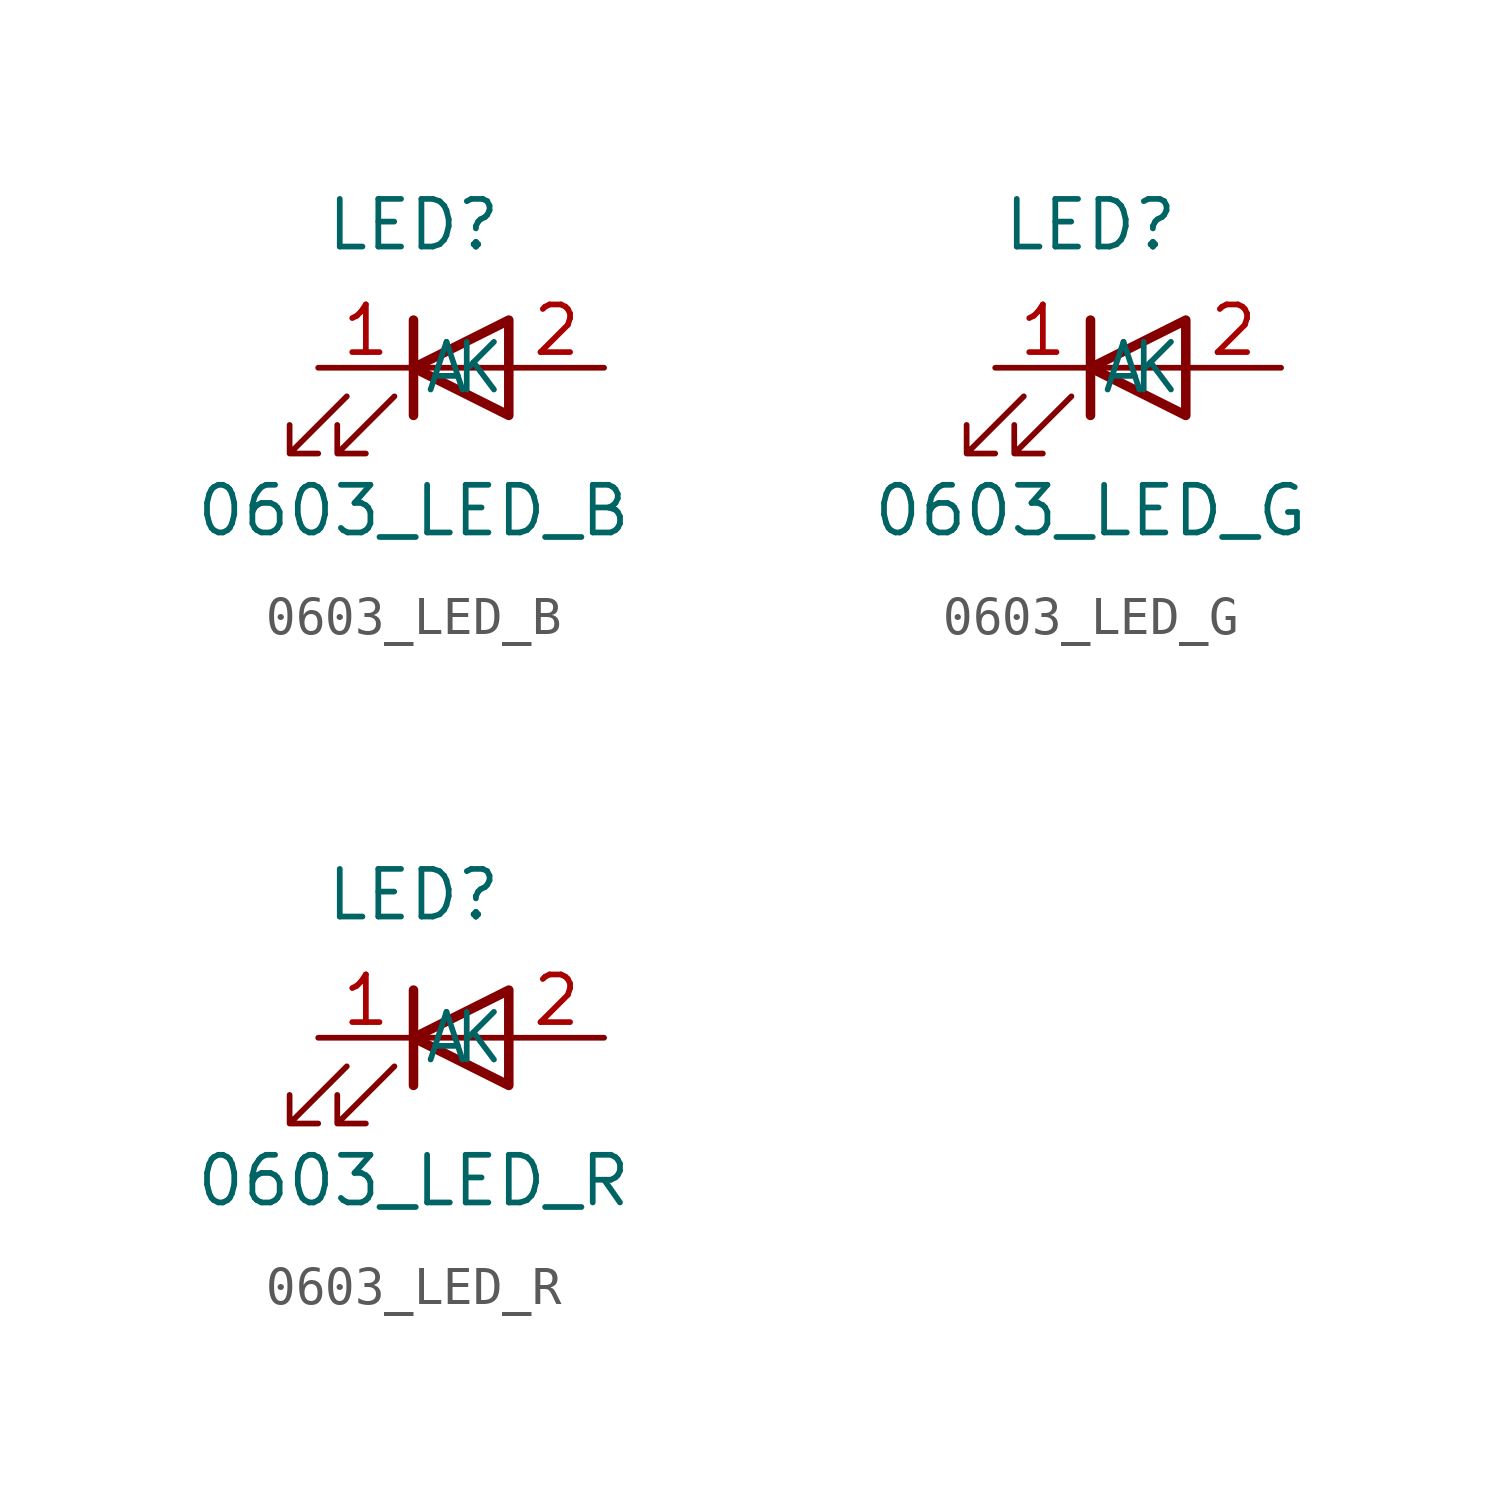
<source format=kicad_sym>
(kicad_symbol_lib
  (version 20211014)
  (generator kicad_symbol_editor)
  (symbol "0603_LED_B"
    (pin_names
      (offset 1.016))
    (property "Reference" "LED"
      (at 0 3.81 0)
      (effects (font (size 1.27 1.27))))
    (property "Value" "0603_LED_B"
      (at 0 -3.81 0)
      (effects (font (size 1.27 1.27))))
    (symbol "0603_LED_B_1_1"
      (polyline (pts (xy 0 -1.27) (xy 0 1.27)) (stroke (width 0.254) (type default) (color 0 0 0 0)) (fill (type none)))
      (polyline (pts (xy 0 0) (xy 2.54 0)) (stroke (width 0) (type default) (color 0 0 0 0)) (fill (type none)))
      (polyline (pts (xy 2.54 -1.27) (xy 2.54 1.27) (xy 0 0) (xy 2.54 -1.27)) (stroke (width 0.254) (type default) (color 0 0 0 0)) (fill (type none)))
      (polyline (pts (xy -1.778 -0.762) (xy -3.302 -2.286) (xy -2.54 -2.286) (xy -3.302 -2.286) (xy -3.302 -1.524)) (stroke (width 0) (type default) (color 0 0 0 0)) (fill (type none)))
      (polyline (pts (xy -0.508 -0.762) (xy -2.032 -2.286) (xy -1.27 -2.286) (xy -2.032 -2.286) (xy -2.032 -1.524)) (stroke (width 0) (type default) (color 0 0 0 0)) (fill (type none)))
      (pin passive line (at -2.54 0 0) (length 2.54) (name "K" (effects (font (size 1.27 1.27)))) (number "1" (effects (font (size 1.27 1.27)))))
      (pin passive line (at 5.08 0 180) (length 2.54) (name "A" (effects (font (size 1.27 1.27)))) (number "2" (effects (font (size 1.27 1.27)))))))
  (symbol "0603_LED_G"
    (pin_names
      (offset 1.016))
    (property "Reference" "LED"
      (at 0 3.81 0)
      (effects (font (size 1.27 1.27))))
    (property "Value" "0603_LED_G"
      (at 0 -3.81 0)
      (effects (font (size 1.27 1.27))))
    (symbol "0603_LED_G_1_1"
      (polyline (pts (xy 0 -1.27) (xy 0 1.27)) (stroke (width 0.254) (type default) (color 0 0 0 0)) (fill (type none)))
      (polyline (pts (xy 0 0) (xy 2.54 0)) (stroke (width 0) (type default) (color 0 0 0 0)) (fill (type none)))
      (polyline (pts (xy 2.54 -1.27) (xy 2.54 1.27) (xy 0 0) (xy 2.54 -1.27)) (stroke (width 0.254) (type default) (color 0 0 0 0)) (fill (type none)))
      (polyline (pts (xy -1.778 -0.762) (xy -3.302 -2.286) (xy -2.54 -2.286) (xy -3.302 -2.286) (xy -3.302 -1.524)) (stroke (width 0) (type default) (color 0 0 0 0)) (fill (type none)))
      (polyline (pts (xy -0.508 -0.762) (xy -2.032 -2.286) (xy -1.27 -2.286) (xy -2.032 -2.286) (xy -2.032 -1.524)) (stroke (width 0) (type default) (color 0 0 0 0)) (fill (type none)))
      (pin passive line (at -2.54 0 0) (length 2.54) (name "K" (effects (font (size 1.27 1.27)))) (number "1" (effects (font (size 1.27 1.27)))))
      (pin passive line (at 5.08 0 180) (length 2.54) (name "A" (effects (font (size 1.27 1.27)))) (number "2" (effects (font (size 1.27 1.27)))))))
  (symbol "0603_LED_R"
    (pin_names
      (offset 1.016))
    (property "Reference" "LED"
      (at 0 3.81 0)
      (effects (font (size 1.27 1.27))))
    (property "Value" "0603_LED_R"
      (at 0 -3.81 0)
      (effects (font (size 1.27 1.27))))
    (symbol "0603_LED_R_1_1"
      (polyline (pts (xy 0 -1.27) (xy 0 1.27)) (stroke (width 0.254) (type default) (color 0 0 0 0)) (fill (type none)))
      (polyline (pts (xy 0 0) (xy 2.54 0)) (stroke (width 0) (type default) (color 0 0 0 0)) (fill (type none)))
      (polyline (pts (xy 2.54 -1.27) (xy 2.54 1.27) (xy 0 0) (xy 2.54 -1.27)) (stroke (width 0.254) (type default) (color 0 0 0 0)) (fill (type none)))
      (polyline (pts (xy -1.778 -0.762) (xy -3.302 -2.286) (xy -2.54 -2.286) (xy -3.302 -2.286) (xy -3.302 -1.524)) (stroke (width 0) (type default) (color 0 0 0 0)) (fill (type none)))
      (polyline (pts (xy -0.508 -0.762) (xy -2.032 -2.286) (xy -1.27 -2.286) (xy -2.032 -2.286) (xy -2.032 -1.524)) (stroke (width 0) (type default) (color 0 0 0 0)) (fill (type none)))
      (pin passive line (at -2.54 0 0) (length 2.54) (name "K" (effects (font (size 1.27 1.27)))) (number "1" (effects (font (size 1.27 1.27)))))
      (pin passive line (at 5.08 0 180) (length 2.54) (name "A" (effects (font (size 1.27 1.27)))) (number "2" (effects (font (size 1.27 1.27))))))))
</source>
